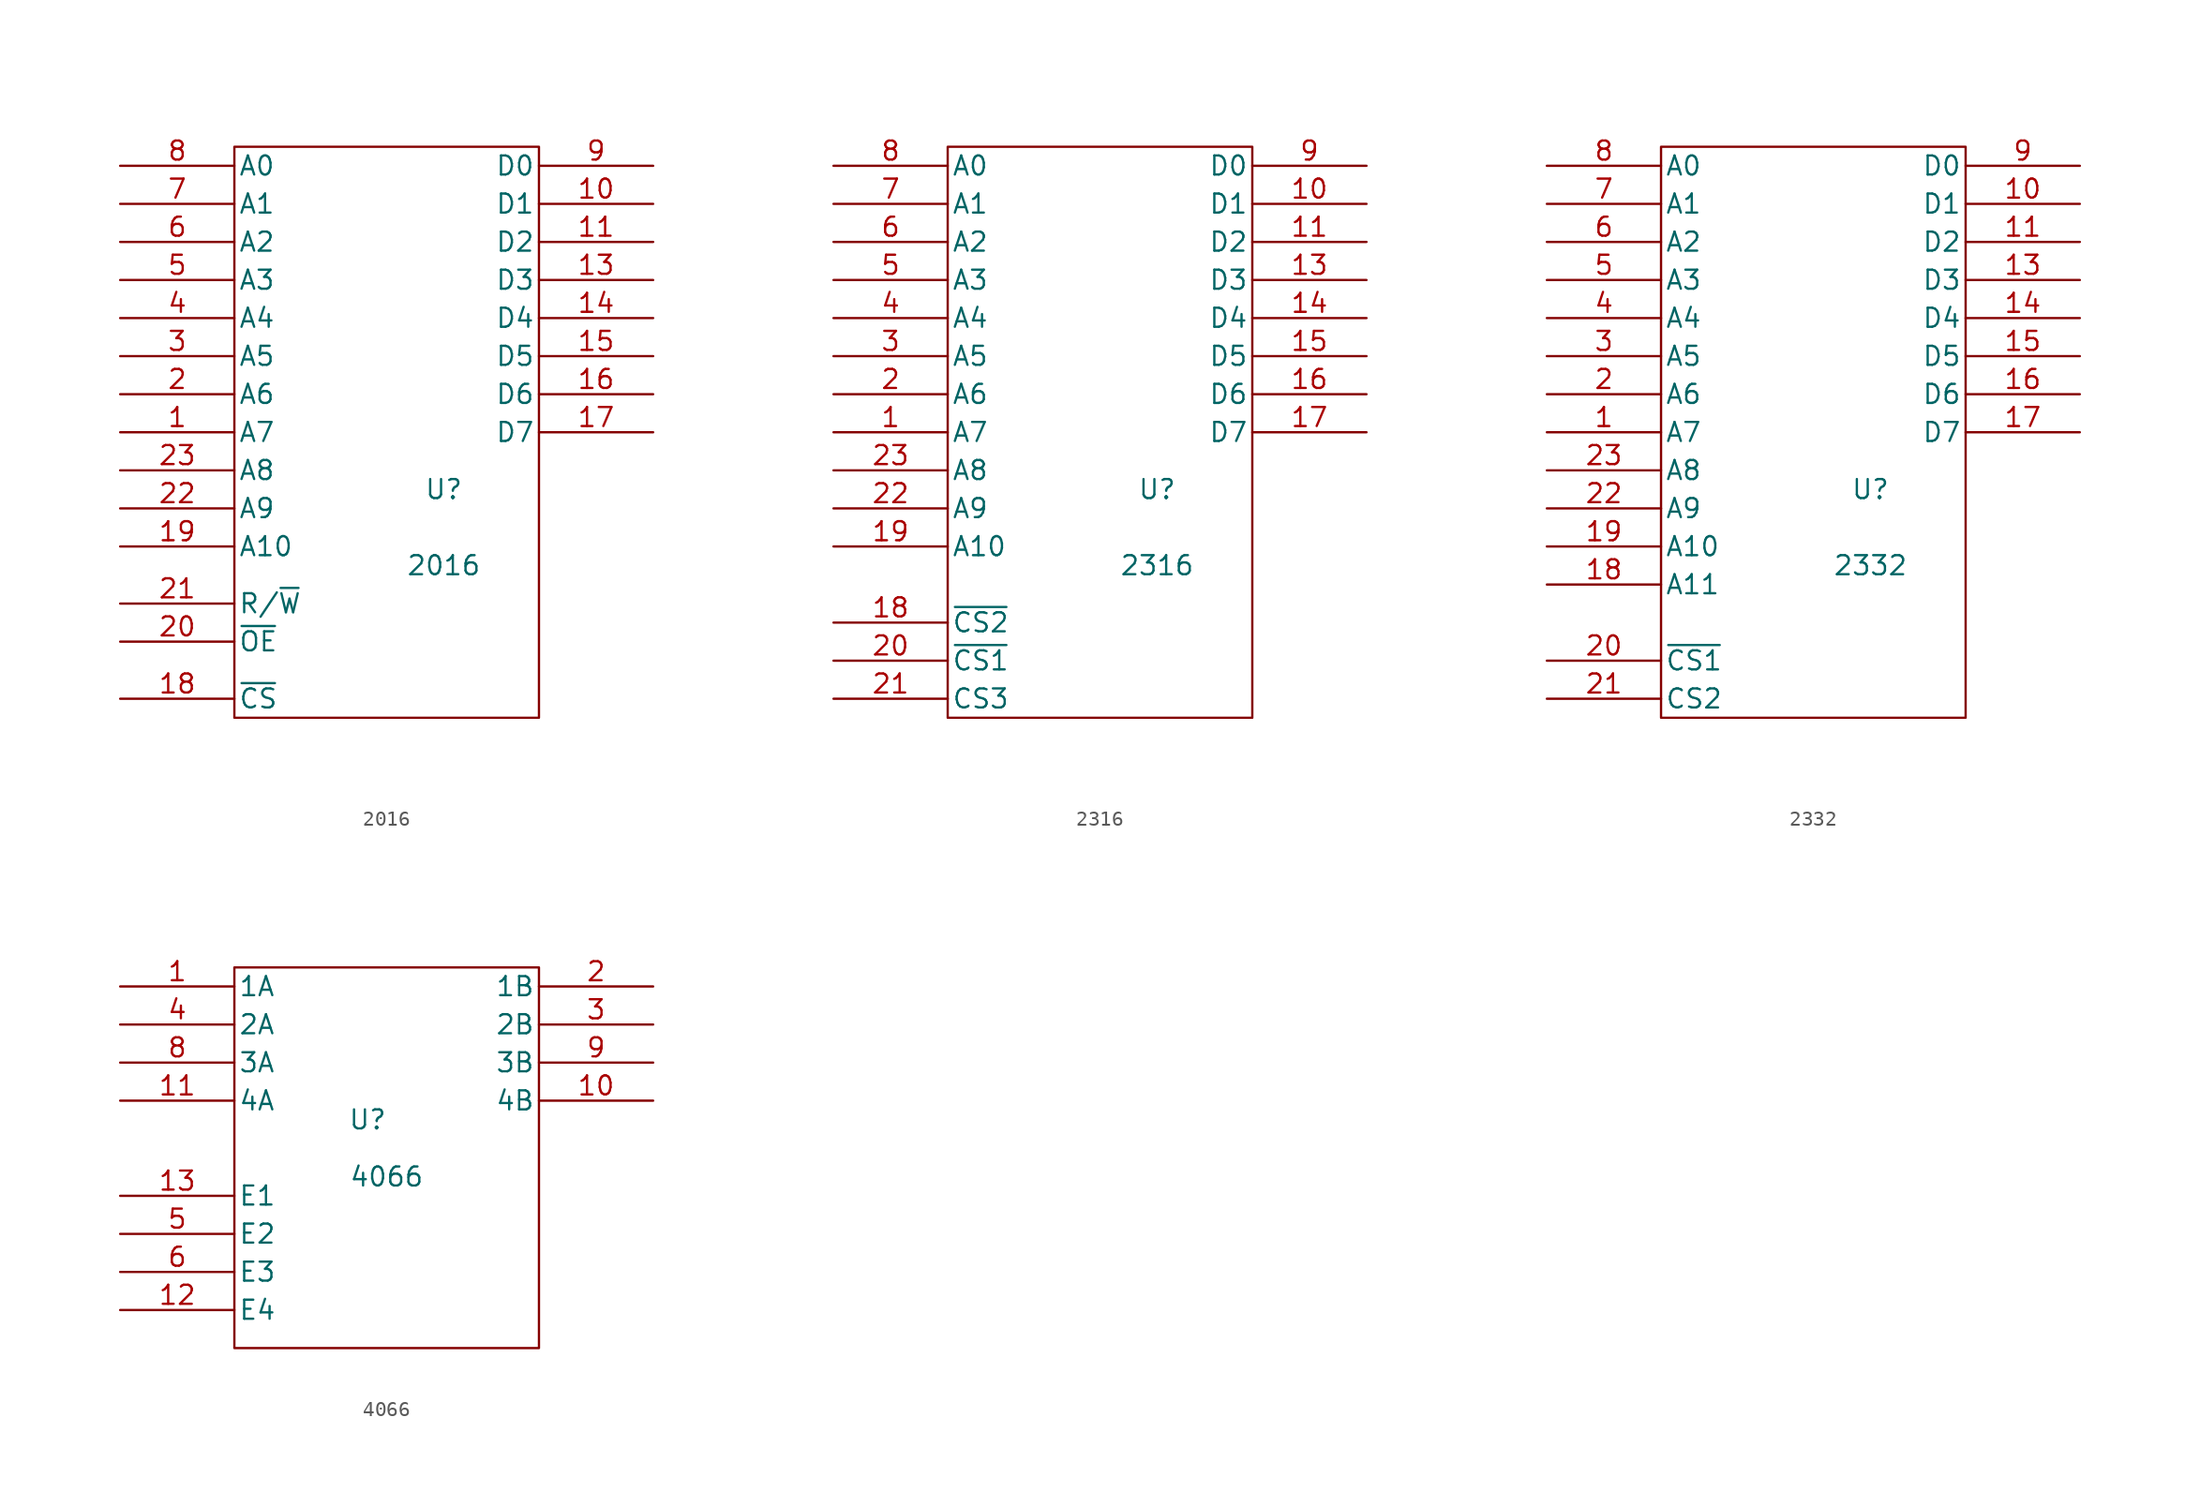
<source format=kicad_sym>
(kicad_symbol_lib
  (version 20211014)
  (generator kicad_symbol_editor)
  (symbol "2016"
    (pin_names
      (offset 0.254))
    (property "Reference" "U"
      (at 3.81 -3.81 0)
      (effects (font (size 1.27 1.27))))
    (property "Value" "2016"
      (at 3.81 -8.89 0)
      (effects (font (size 1.27 1.27))))
    (property "Footprint" ""
      (at 0 0 0)
      (effects (font (size 1.27 1.27))))
    (property "Datasheet" ""
      (at 0 0 0)
      (effects (font (size 1.27 1.27))))
    (symbol "2016_0_0"
      (pin power_in line (at 0 -20.32 90) (length 1.27) hide (name "GND" (effects (font (size 1.27 1.27)))) (number "12" (effects (font (size 1.27 1.27)))))
      (pin power_in line (at 0 20.32 270) (length 1.27) hide (name "Vcc" (effects (font (size 1.27 1.27)))) (number "24" (effects (font (size 1.27 1.27))))))
    (symbol "2016_0_1"
      (rectangle (start -10.16 19.05) (end 10.16 -19.05) (stroke (width 0) (type default) (color 0 0 0 0)) (fill (type none))))
    (symbol "2016_1_1"
      (pin input line (at -17.78 0 0) (length 7.62) (name "A7" (effects (font (size 1.27 1.27)))) (number "1" (effects (font (size 1.27 1.27)))))
      (pin bidirectional line (at 17.78 15.24 180) (length 7.62) (name "D1" (effects (font (size 1.27 1.27)))) (number "10" (effects (font (size 1.27 1.27)))))
      (pin bidirectional line (at 17.78 12.7 180) (length 7.62) (name "D2" (effects (font (size 1.27 1.27)))) (number "11" (effects (font (size 1.27 1.27)))))
      (pin bidirectional line (at 17.78 10.16 180) (length 7.62) (name "D3" (effects (font (size 1.27 1.27)))) (number "13" (effects (font (size 1.27 1.27)))))
      (pin bidirectional line (at 17.78 7.62 180) (length 7.62) (name "D4" (effects (font (size 1.27 1.27)))) (number "14" (effects (font (size 1.27 1.27)))))
      (pin bidirectional line (at 17.78 5.08 180) (length 7.62) (name "D5" (effects (font (size 1.27 1.27)))) (number "15" (effects (font (size 1.27 1.27)))))
      (pin bidirectional line (at 17.78 2.54 180) (length 7.62) (name "D6" (effects (font (size 1.27 1.27)))) (number "16" (effects (font (size 1.27 1.27)))))
      (pin bidirectional line (at 17.78 0 180) (length 7.62) (name "D7" (effects (font (size 1.27 1.27)))) (number "17" (effects (font (size 1.27 1.27)))))
      (pin input line (at -17.78 -17.78 0) (length 7.62) (name "~{CS}" (effects (font (size 1.27 1.27)))) (number "18" (effects (font (size 1.27 1.27)))))
      (pin input line (at -17.78 -7.62 0) (length 7.62) (name "A10" (effects (font (size 1.27 1.27)))) (number "19" (effects (font (size 1.27 1.27)))))
      (pin input line (at -17.78 2.54 0) (length 7.62) (name "A6" (effects (font (size 1.27 1.27)))) (number "2" (effects (font (size 1.27 1.27)))))
      (pin input line (at -17.78 -13.97 0) (length 7.62) (name "~{OE}" (effects (font (size 1.27 1.27)))) (number "20" (effects (font (size 1.27 1.27)))))
      (pin input line (at -17.78 -11.43 0) (length 7.62) (name "R/~{W}" (effects (font (size 1.27 1.27)))) (number "21" (effects (font (size 1.27 1.27)))))
      (pin input line (at -17.78 -5.08 0) (length 7.62) (name "A9" (effects (font (size 1.27 1.27)))) (number "22" (effects (font (size 1.27 1.27)))))
      (pin input line (at -17.78 -2.54 0) (length 7.62) (name "A8" (effects (font (size 1.27 1.27)))) (number "23" (effects (font (size 1.27 1.27)))))
      (pin input line (at -17.78 5.08 0) (length 7.62) (name "A5" (effects (font (size 1.27 1.27)))) (number "3" (effects (font (size 1.27 1.27)))))
      (pin input line (at -17.78 7.62 0) (length 7.62) (name "A4" (effects (font (size 1.27 1.27)))) (number "4" (effects (font (size 1.27 1.27)))))
      (pin input line (at -17.78 10.16 0) (length 7.62) (name "A3" (effects (font (size 1.27 1.27)))) (number "5" (effects (font (size 1.27 1.27)))))
      (pin input line (at -17.78 12.7 0) (length 7.62) (name "A2" (effects (font (size 1.27 1.27)))) (number "6" (effects (font (size 1.27 1.27)))))
      (pin input line (at -17.78 15.24 0) (length 7.62) (name "A1" (effects (font (size 1.27 1.27)))) (number "7" (effects (font (size 1.27 1.27)))))
      (pin input line (at -17.78 17.78 0) (length 7.62) (name "A0" (effects (font (size 1.27 1.27)))) (number "8" (effects (font (size 1.27 1.27)))))
      (pin bidirectional line (at 17.78 17.78 180) (length 7.62) (name "D0" (effects (font (size 1.27 1.27)))) (number "9" (effects (font (size 1.27 1.27)))))))
  (symbol "2316"
    (pin_names
      (offset 0.254))
    (property "Reference" "U"
      (at 3.81 -3.81 0)
      (effects (font (size 1.27 1.27))))
    (property "Value" "2316"
      (at 3.81 -8.89 0)
      (effects (font (size 1.27 1.27))))
    (property "Footprint" ""
      (at 0 0 0)
      (effects (font (size 1.27 1.27))))
    (property "Datasheet" ""
      (at 0 0 0)
      (effects (font (size 1.27 1.27))))
    (symbol "2316_0_0"
      (pin power_in line (at 0 -20.32 90) (length 1.27) hide (name "GND" (effects (font (size 1.27 1.27)))) (number "12" (effects (font (size 1.27 1.27)))))
      (pin power_in line (at 0 20.32 270) (length 1.27) hide (name "Vcc" (effects (font (size 1.27 1.27)))) (number "24" (effects (font (size 1.27 1.27))))))
    (symbol "2316_0_1"
      (rectangle (start -10.16 19.05) (end 10.16 -19.05) (stroke (width 0) (type default) (color 0 0 0 0)) (fill (type none))))
    (symbol "2316_1_1"
      (pin input line (at -17.78 0 0) (length 7.62) (name "A7" (effects (font (size 1.27 1.27)))) (number "1" (effects (font (size 1.27 1.27)))))
      (pin output line (at 17.78 15.24 180) (length 7.62) (name "D1" (effects (font (size 1.27 1.27)))) (number "10" (effects (font (size 1.27 1.27)))))
      (pin output line (at 17.78 12.7 180) (length 7.62) (name "D2" (effects (font (size 1.27 1.27)))) (number "11" (effects (font (size 1.27 1.27)))))
      (pin output line (at 17.78 10.16 180) (length 7.62) (name "D3" (effects (font (size 1.27 1.27)))) (number "13" (effects (font (size 1.27 1.27)))))
      (pin output line (at 17.78 7.62 180) (length 7.62) (name "D4" (effects (font (size 1.27 1.27)))) (number "14" (effects (font (size 1.27 1.27)))))
      (pin output line (at 17.78 5.08 180) (length 7.62) (name "D5" (effects (font (size 1.27 1.27)))) (number "15" (effects (font (size 1.27 1.27)))))
      (pin tri_state line (at 17.78 2.54 180) (length 7.62) (name "D6" (effects (font (size 1.27 1.27)))) (number "16" (effects (font (size 1.27 1.27)))))
      (pin tri_state line (at 17.78 0 180) (length 7.62) (name "D7" (effects (font (size 1.27 1.27)))) (number "17" (effects (font (size 1.27 1.27)))))
      (pin input line (at -17.78 -12.7 0) (length 7.62) (name "~{CS2}" (effects (font (size 1.27 1.27)))) (number "18" (effects (font (size 1.27 1.27)))))
      (pin input line (at -17.78 -7.62 0) (length 7.62) (name "A10" (effects (font (size 1.27 1.27)))) (number "19" (effects (font (size 1.27 1.27)))))
      (pin input line (at -17.78 2.54 0) (length 7.62) (name "A6" (effects (font (size 1.27 1.27)))) (number "2" (effects (font (size 1.27 1.27)))))
      (pin input line (at -17.78 -15.24 0) (length 7.62) (name "~{CS1}" (effects (font (size 1.27 1.27)))) (number "20" (effects (font (size 1.27 1.27)))))
      (pin input line (at -17.78 -17.78 0) (length 7.62) (name "CS3" (effects (font (size 1.27 1.27)))) (number "21" (effects (font (size 1.27 1.27)))))
      (pin input line (at -17.78 -5.08 0) (length 7.62) (name "A9" (effects (font (size 1.27 1.27)))) (number "22" (effects (font (size 1.27 1.27)))))
      (pin input line (at -17.78 -2.54 0) (length 7.62) (name "A8" (effects (font (size 1.27 1.27)))) (number "23" (effects (font (size 1.27 1.27)))))
      (pin input line (at -17.78 5.08 0) (length 7.62) (name "A5" (effects (font (size 1.27 1.27)))) (number "3" (effects (font (size 1.27 1.27)))))
      (pin input line (at -17.78 7.62 0) (length 7.62) (name "A4" (effects (font (size 1.27 1.27)))) (number "4" (effects (font (size 1.27 1.27)))))
      (pin input line (at -17.78 10.16 0) (length 7.62) (name "A3" (effects (font (size 1.27 1.27)))) (number "5" (effects (font (size 1.27 1.27)))))
      (pin input line (at -17.78 12.7 0) (length 7.62) (name "A2" (effects (font (size 1.27 1.27)))) (number "6" (effects (font (size 1.27 1.27)))))
      (pin input line (at -17.78 15.24 0) (length 7.62) (name "A1" (effects (font (size 1.27 1.27)))) (number "7" (effects (font (size 1.27 1.27)))))
      (pin input line (at -17.78 17.78 0) (length 7.62) (name "A0" (effects (font (size 1.27 1.27)))) (number "8" (effects (font (size 1.27 1.27)))))
      (pin output line (at 17.78 17.78 180) (length 7.62) (name "D0" (effects (font (size 1.27 1.27)))) (number "9" (effects (font (size 1.27 1.27)))))))
  (symbol "2332"
    (pin_names
      (offset 0.254))
    (property "Reference" "U"
      (at 3.81 -3.81 0)
      (effects (font (size 1.27 1.27))))
    (property "Value" "2332"
      (at 3.81 -8.89 0)
      (effects (font (size 1.27 1.27))))
    (property "Footprint" ""
      (at 0 0 0)
      (effects (font (size 1.27 1.27))))
    (property "Datasheet" ""
      (at 0 0 0)
      (effects (font (size 1.27 1.27))))
    (symbol "2332_0_0"
      (pin power_in line (at 0 -20.32 90) (length 1.27) hide (name "GND" (effects (font (size 1.27 1.27)))) (number "12" (effects (font (size 1.27 1.27)))))
      (pin power_in line (at 0 20.32 270) (length 1.27) hide (name "Vcc" (effects (font (size 1.27 1.27)))) (number "24" (effects (font (size 1.27 1.27))))))
    (symbol "2332_0_1"
      (rectangle (start -10.16 19.05) (end 10.16 -19.05) (stroke (width 0) (type default) (color 0 0 0 0)) (fill (type none))))
    (symbol "2332_1_1"
      (pin input line (at -17.78 0 0) (length 7.62) (name "A7" (effects (font (size 1.27 1.27)))) (number "1" (effects (font (size 1.27 1.27)))))
      (pin output line (at 17.78 15.24 180) (length 7.62) (name "D1" (effects (font (size 1.27 1.27)))) (number "10" (effects (font (size 1.27 1.27)))))
      (pin output line (at 17.78 12.7 180) (length 7.62) (name "D2" (effects (font (size 1.27 1.27)))) (number "11" (effects (font (size 1.27 1.27)))))
      (pin output line (at 17.78 10.16 180) (length 7.62) (name "D3" (effects (font (size 1.27 1.27)))) (number "13" (effects (font (size 1.27 1.27)))))
      (pin output line (at 17.78 7.62 180) (length 7.62) (name "D4" (effects (font (size 1.27 1.27)))) (number "14" (effects (font (size 1.27 1.27)))))
      (pin output line (at 17.78 5.08 180) (length 7.62) (name "D5" (effects (font (size 1.27 1.27)))) (number "15" (effects (font (size 1.27 1.27)))))
      (pin tri_state line (at 17.78 2.54 180) (length 7.62) (name "D6" (effects (font (size 1.27 1.27)))) (number "16" (effects (font (size 1.27 1.27)))))
      (pin tri_state line (at 17.78 0 180) (length 7.62) (name "D7" (effects (font (size 1.27 1.27)))) (number "17" (effects (font (size 1.27 1.27)))))
      (pin input line (at -17.78 -10.16 0) (length 7.62) (name "A11" (effects (font (size 1.27 1.27)))) (number "18" (effects (font (size 1.27 1.27)))))
      (pin input line (at -17.78 -7.62 0) (length 7.62) (name "A10" (effects (font (size 1.27 1.27)))) (number "19" (effects (font (size 1.27 1.27)))))
      (pin input line (at -17.78 2.54 0) (length 7.62) (name "A6" (effects (font (size 1.27 1.27)))) (number "2" (effects (font (size 1.27 1.27)))))
      (pin input line (at -17.78 -15.24 0) (length 7.62) (name "~{CS1}" (effects (font (size 1.27 1.27)))) (number "20" (effects (font (size 1.27 1.27)))))
      (pin input line (at -17.78 -17.78 0) (length 7.62) (name "CS2" (effects (font (size 1.27 1.27)))) (number "21" (effects (font (size 1.27 1.27)))))
      (pin input line (at -17.78 -5.08 0) (length 7.62) (name "A9" (effects (font (size 1.27 1.27)))) (number "22" (effects (font (size 1.27 1.27)))))
      (pin input line (at -17.78 -2.54 0) (length 7.62) (name "A8" (effects (font (size 1.27 1.27)))) (number "23" (effects (font (size 1.27 1.27)))))
      (pin input line (at -17.78 5.08 0) (length 7.62) (name "A5" (effects (font (size 1.27 1.27)))) (number "3" (effects (font (size 1.27 1.27)))))
      (pin input line (at -17.78 7.62 0) (length 7.62) (name "A4" (effects (font (size 1.27 1.27)))) (number "4" (effects (font (size 1.27 1.27)))))
      (pin input line (at -17.78 10.16 0) (length 7.62) (name "A3" (effects (font (size 1.27 1.27)))) (number "5" (effects (font (size 1.27 1.27)))))
      (pin input line (at -17.78 12.7 0) (length 7.62) (name "A2" (effects (font (size 1.27 1.27)))) (number "6" (effects (font (size 1.27 1.27)))))
      (pin input line (at -17.78 15.24 0) (length 7.62) (name "A1" (effects (font (size 1.27 1.27)))) (number "7" (effects (font (size 1.27 1.27)))))
      (pin input line (at -17.78 17.78 0) (length 7.62) (name "A0" (effects (font (size 1.27 1.27)))) (number "8" (effects (font (size 1.27 1.27)))))
      (pin output line (at 17.78 17.78 180) (length 7.62) (name "D0" (effects (font (size 1.27 1.27)))) (number "9" (effects (font (size 1.27 1.27)))))))
  (symbol "4066"
    (pin_names
      (offset 0.254))
    (property "Reference" "U"
      (at -1.27 2.54 0)
      (effects (font (size 1.27 1.27))))
    (property "Value" "4066"
      (at 0 -1.27 0)
      (effects (font (size 1.27 1.27))))
    (property "Footprint" ""
      (at 0 -6.35 0)
      (effects (font (size 1.27 1.27))))
    (property "Datasheet" ""
      (at 0 -6.35 0)
      (effects (font (size 1.27 1.27))))
    (symbol "4066_0_0"
      (pin power_in line (at 0 13.97 270) (length 1.27) hide (name "Vcc" (effects (font (size 1.27 1.27)))) (number "14" (effects (font (size 1.27 1.27)))))
      (pin power_in line (at 0 -12.7 90) (length 1.27) hide (name "GND" (effects (font (size 1.27 1.27)))) (number "7" (effects (font (size 1.27 1.27))))))
    (symbol "4066_0_1"
      (rectangle (start -10.16 12.7) (end 10.16 -12.7) (stroke (width 0) (type default) (color 0 0 0 0)) (fill (type none))))
    (symbol "4066_1_1"
      (pin input line (at -17.78 11.43 0) (length 7.62) (name "1A" (effects (font (size 1.27 1.27)))) (number "1" (effects (font (size 1.27 1.27)))))
      (pin bidirectional line (at 17.78 3.81 180) (length 7.62) (name "4B" (effects (font (size 1.27 1.27)))) (number "10" (effects (font (size 1.27 1.27)))))
      (pin input line (at -17.78 3.81 0) (length 7.62) (name "4A" (effects (font (size 1.27 1.27)))) (number "11" (effects (font (size 1.27 1.27)))))
      (pin input line (at -17.78 -10.16 0) (length 7.62) (name "E4" (effects (font (size 1.27 1.27)))) (number "12" (effects (font (size 1.27 1.27)))))
      (pin input line (at -17.78 -2.54 0) (length 7.62) (name "E1" (effects (font (size 1.27 1.27)))) (number "13" (effects (font (size 1.27 1.27)))))
      (pin bidirectional line (at 17.78 11.43 180) (length 7.62) (name "1B" (effects (font (size 1.27 1.27)))) (number "2" (effects (font (size 1.27 1.27)))))
      (pin bidirectional line (at 17.78 8.89 180) (length 7.62) (name "2B" (effects (font (size 1.27 1.27)))) (number "3" (effects (font (size 1.27 1.27)))))
      (pin input line (at -17.78 8.89 0) (length 7.62) (name "2A" (effects (font (size 1.27 1.27)))) (number "4" (effects (font (size 1.27 1.27)))))
      (pin input line (at -17.78 -5.08 0) (length 7.62) (name "E2" (effects (font (size 1.27 1.27)))) (number "5" (effects (font (size 1.27 1.27)))))
      (pin input line (at -17.78 -7.62 0) (length 7.62) (name "E3" (effects (font (size 1.27 1.27)))) (number "6" (effects (font (size 1.27 1.27)))))
      (pin input line (at -17.78 6.35 0) (length 7.62) (name "3A" (effects (font (size 1.27 1.27)))) (number "8" (effects (font (size 1.27 1.27)))))
      (pin bidirectional line (at 17.78 6.35 180) (length 7.62) (name "3B" (effects (font (size 1.27 1.27)))) (number "9" (effects (font (size 1.27 1.27))))))))
</source>
